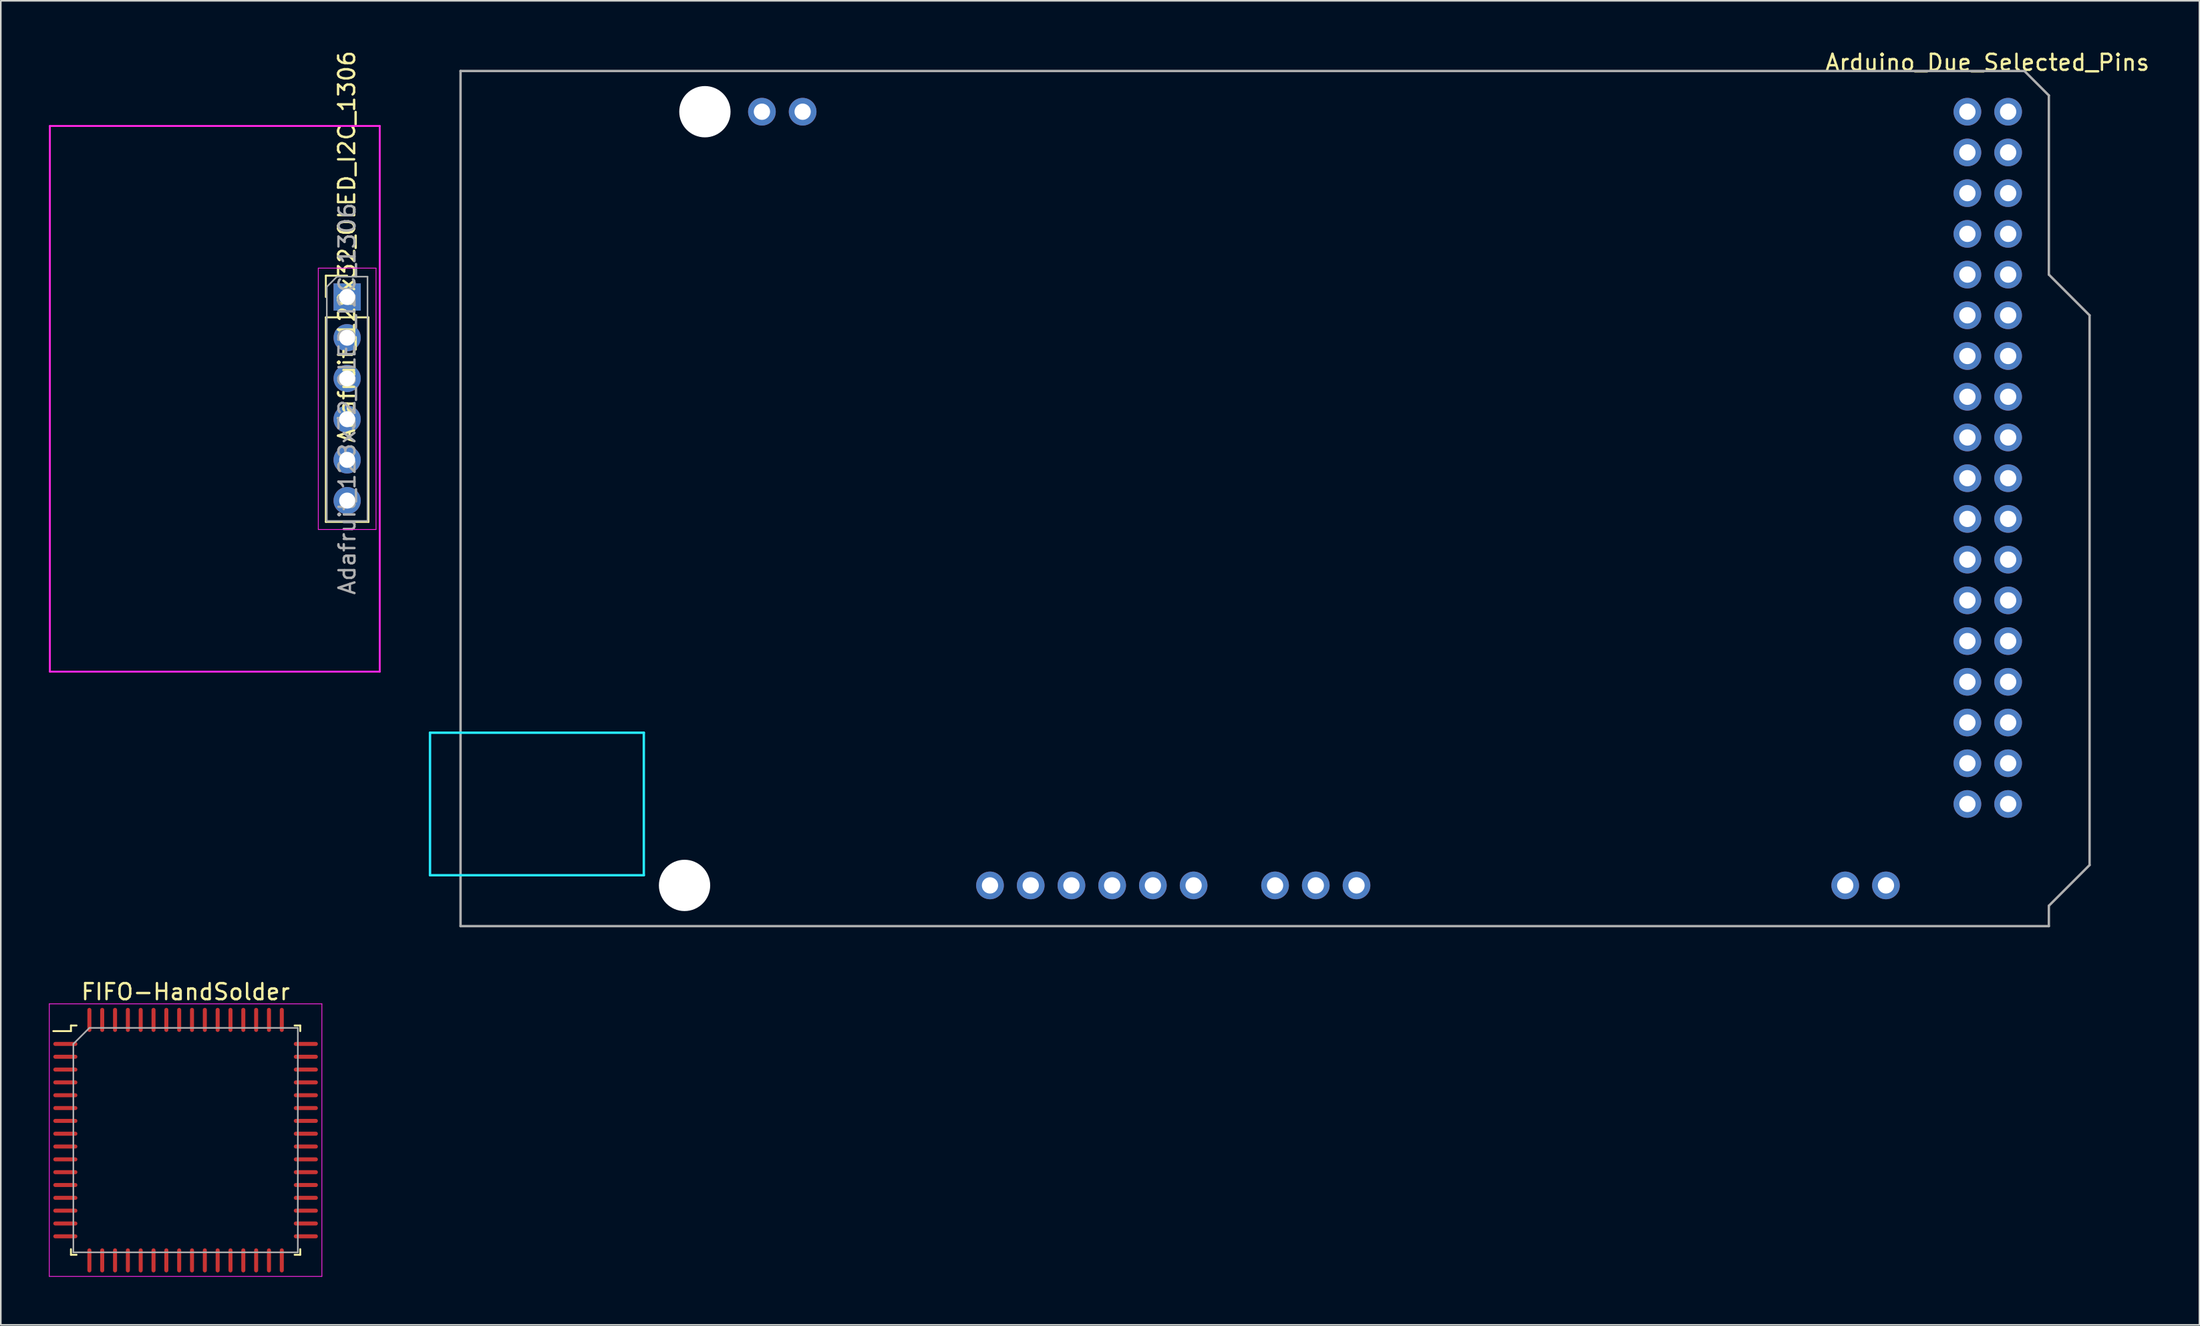
<source format=kicad_pcb>
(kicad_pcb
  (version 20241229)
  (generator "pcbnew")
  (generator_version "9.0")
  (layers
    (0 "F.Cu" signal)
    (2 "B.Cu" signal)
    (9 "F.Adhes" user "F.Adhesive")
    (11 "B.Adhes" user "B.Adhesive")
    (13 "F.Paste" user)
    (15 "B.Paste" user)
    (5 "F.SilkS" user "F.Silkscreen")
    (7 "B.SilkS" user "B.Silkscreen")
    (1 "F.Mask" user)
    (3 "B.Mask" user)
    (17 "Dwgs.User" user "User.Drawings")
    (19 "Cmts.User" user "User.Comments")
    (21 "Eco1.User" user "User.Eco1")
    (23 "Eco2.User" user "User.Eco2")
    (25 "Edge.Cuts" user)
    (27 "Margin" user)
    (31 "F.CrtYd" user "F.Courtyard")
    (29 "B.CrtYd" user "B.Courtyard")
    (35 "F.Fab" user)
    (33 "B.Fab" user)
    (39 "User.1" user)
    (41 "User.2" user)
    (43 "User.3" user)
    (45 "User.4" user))
  (footprint "Arduino_Due_Selected_Pins"
    (layer "F.Cu")
    (at 25.674 54.718)
    (property "Reference" "Arduino_Due_Selected_Pins" (at 95.23 -53.87 0) (layer "F.SilkS") (effects (font (size 1 1) (thickness 0.15))))
    (attr through_hole)
    (fp_line (start -1.905 -12.065) (end -1.905 -3.175) (stroke (width 0.15) (type solid)) (layer "B.CrtYd"))
    (fp_line (start -1.905 -12.065) (end 11.43 -12.065) (stroke (width 0.15) (type solid)) (layer "B.CrtYd"))
    (fp_line (start -1.905 -3.175) (end 11.43 -3.175) (stroke (width 0.15) (type solid)) (layer "B.CrtYd"))
    (fp_line (start 11.43 -12.065) (end 11.43 -3.175) (stroke (width 0.15) (type solid)) (layer "B.CrtYd"))
    (fp_line (start 0 -53.34) (end 0 0) (stroke (width 0.15) (type solid)) (layer "F.Fab"))
    (fp_line (start 0 -53.34) (end 97.536 -53.34) (stroke (width 0.15) (type solid)) (layer "F.Fab"))
    (fp_line (start 0 0) (end 99.06 0) (stroke (width 0.15) (type solid)) (layer "F.Fab"))
    (fp_line (start 97.536 -53.34) (end 99.06 -51.816) (stroke (width 0.15) (type solid)) (layer "F.Fab"))
    (fp_line (start 99.06 -40.64) (end 99.06 -51.816) (stroke (width 0.15) (type solid)) (layer "F.Fab"))
    (fp_line (start 99.06 -1.27) (end 101.6 -3.81) (stroke (width 0.15) (type solid)) (layer "F.Fab"))
    (fp_line (start 99.06 0) (end 99.06 -1.27) (stroke (width 0.15) (type solid)) (layer "F.Fab"))
    (fp_line (start 101.6 -38.1) (end 99.06 -40.64) (stroke (width 0.15) (type solid)) (layer "F.Fab"))
    (fp_line (start 101.6 -3.81) (end 101.6 -38.1) (stroke (width 0.15) (type solid)) (layer "F.Fab"))
    (pad "" np_thru_hole circle (at 13.97 -2.54) (size 3.2 3.2) (drill 3.2) (layers "*.Cu" "*.Mask"))
    (pad "" np_thru_hole circle (at 15.24 -50.8) (size 3.2 3.2) (drill 3.2) (layers "*.Cu" "*.Mask"))
    (pad "3V3" thru_hole oval (at 35.56 -2.54) (size 1.727 1.727) (drill 1.016) (layers "*.Cu" "*.Mask"))
    (pad "5V1" thru_hole oval (at 38.1 -2.54) (size 1.727 1.727) (drill 1.016) (layers "*.Cu" "*.Mask"))
    (pad "5V3" thru_hole oval (at 93.98 -50.8) (size 1.727 1.727) (drill 1.016) (layers "*.Cu" "*.Mask"))
    (pad "5V4" thru_hole oval (at 96.52 -50.8) (size 1.727 1.727) (drill 1.016) (layers "*.Cu" "*.Mask"))
    (pad "A0" thru_hole oval (at 50.8 -2.54) (size 1.727 1.727) (drill 1.016) (layers "*.Cu" "*.Mask"))
    (pad "A1" thru_hole oval (at 53.34 -2.54) (size 1.727 1.727) (drill 1.016) (layers "*.Cu" "*.Mask"))
    (pad "A2" thru_hole oval (at 55.88 -2.54) (size 1.727 1.727) (drill 1.016) (layers "*.Cu" "*.Mask"))
    (pad "CANRX" thru_hole oval (at 88.9 -2.54) (size 1.727 1.727) (drill 1.016) (layers "*.Cu" "*.Mask"))
    (pad "D22" thru_hole oval (at 93.98 -48.26) (size 1.727 1.727) (drill 1.016) (layers "*.Cu" "*.Mask"))
    (pad "D23" thru_hole oval (at 96.52 -48.26) (size 1.727 1.727) (drill 1.016) (layers "*.Cu" "*.Mask"))
    (pad "D24" thru_hole oval (at 93.98 -45.72) (size 1.727 1.727) (drill 1.016) (layers "*.Cu" "*.Mask"))
    (pad "D25" thru_hole oval (at 96.52 -45.72) (size 1.727 1.727) (drill 1.016) (layers "*.Cu" "*.Mask"))
    (pad "D26" thru_hole oval (at 93.98 -43.18) (size 1.727 1.727) (drill 1.016) (layers "*.Cu" "*.Mask"))
    (pad "D27" thru_hole oval (at 96.52 -43.18) (size 1.727 1.727) (drill 1.016) (layers "*.Cu" "*.Mask"))
    (pad "D28" thru_hole oval (at 93.98 -40.64) (size 1.727 1.727) (drill 1.016) (layers "*.Cu" "*.Mask"))
    (pad "D29" thru_hole oval (at 96.52 -40.64) (size 1.727 1.727) (drill 1.016) (layers "*.Cu" "*.Mask"))
    (pad "D30" thru_hole oval (at 93.98 -38.1) (size 1.727 1.727) (drill 1.016) (layers "*.Cu" "*.Mask"))
    (pad "D31" thru_hole oval (at 96.52 -38.1) (size 1.727 1.727) (drill 1.016) (layers "*.Cu" "*.Mask"))
    (pad "D32" thru_hole oval (at 93.98 -35.56) (size 1.727 1.727) (drill 1.016) (layers "*.Cu" "*.Mask"))
    (pad "D33" thru_hole oval (at 96.52 -35.56) (size 1.727 1.727) (drill 1.016) (layers "*.Cu" "*.Mask"))
    (pad "D34" thru_hole oval (at 93.98 -33.02) (size 1.727 1.727) (drill 1.016) (layers "*.Cu" "*.Mask"))
    (pad "D35" thru_hole oval (at 96.52 -33.02) (size 1.727 1.727) (drill 1.016) (layers "*.Cu" "*.Mask"))
    (pad "D36" thru_hole oval (at 93.98 -30.48) (size 1.727 1.727) (drill 1.016) (layers "*.Cu" "*.Mask"))
    (pad "D37" thru_hole oval (at 96.52 -30.48) (size 1.727 1.727) (drill 1.016) (layers "*.Cu" "*.Mask"))
    (pad "D38" thru_hole oval (at 93.98 -27.94) (size 1.727 1.727) (drill 1.016) (layers "*.Cu" "*.Mask"))
    (pad "D39" thru_hole oval (at 96.52 -27.94) (size 1.727 1.727) (drill 1.016) (layers "*.Cu" "*.Mask"))
    (pad "D40" thru_hole oval (at 93.98 -25.4) (size 1.727 1.727) (drill 1.016) (layers "*.Cu" "*.Mask"))
    (pad "D41" thru_hole oval (at 96.52 -25.4) (size 1.727 1.727) (drill 1.016) (layers "*.Cu" "*.Mask"))
    (pad "D42" thru_hole oval (at 93.98 -22.86) (size 1.727 1.727) (drill 1.016) (layers "*.Cu" "*.Mask"))
    (pad "D43" thru_hole oval (at 96.52 -22.86) (size 1.727 1.727) (drill 1.016) (layers "*.Cu" "*.Mask"))
    (pad "D44" thru_hole oval (at 93.98 -20.32) (size 1.727 1.727) (drill 1.016) (layers "*.Cu" "*.Mask"))
    (pad "D45" thru_hole oval (at 96.52 -20.32) (size 1.727 1.727) (drill 1.016) (layers "*.Cu" "*.Mask"))
    (pad "D46" thru_hole oval (at 93.98 -17.78) (size 1.727 1.727) (drill 1.016) (layers "*.Cu" "*.Mask"))
    (pad "D47" thru_hole oval (at 96.52 -17.78) (size 1.727 1.727) (drill 1.016) (layers "*.Cu" "*.Mask"))
    (pad "D48" thru_hole oval (at 93.98 -15.24) (size 1.727 1.727) (drill 1.016) (layers "*.Cu" "*.Mask"))
    (pad "D49" thru_hole oval (at 96.52 -15.24) (size 1.727 1.727) (drill 1.016) (layers "*.Cu" "*.Mask"))
    (pad "D50" thru_hole oval (at 93.98 -12.7) (size 1.727 1.727) (drill 1.016) (layers "*.Cu" "*.Mask"))
    (pad "D51" thru_hole oval (at 96.52 -12.7) (size 1.727 1.727) (drill 1.016) (layers "*.Cu" "*.Mask"))
    (pad "D52" thru_hole oval (at 93.98 -10.16) (size 1.727 1.727) (drill 1.016) (layers "*.Cu" "*.Mask"))
    (pad "D53" thru_hole oval (at 96.52 -10.16) (size 1.727 1.727) (drill 1.016) (layers "*.Cu" "*.Mask"))
    (pad "DAC1" thru_hole oval (at 86.36 -2.54) (size 1.727 1.727) (drill 1.016) (layers "*.Cu" "*.Mask"))
    (pad "GND2" thru_hole oval (at 40.64 -2.54) (size 1.727 1.727) (drill 1.016) (layers "*.Cu" "*.Mask"))
    (pad "GND3" thru_hole oval (at 43.18 -2.54) (size 1.727 1.727) (drill 1.016) (layers "*.Cu" "*.Mask"))
    (pad "GND5" thru_hole oval (at 93.98 -7.62) (size 1.727 1.727) (drill 1.016) (layers "*.Cu" "*.Mask"))
    (pad "GND6" thru_hole oval (at 96.52 -7.62) (size 1.727 1.727) (drill 1.016) (layers "*.Cu" "*.Mask"))
    (pad "RST1" thru_hole oval (at 33.02 -2.54) (size 1.727 1.727) (drill 1.016) (layers "*.Cu" "*.Mask"))
    (pad "SCL1" thru_hole oval (at 18.796 -50.8) (size 1.727 1.727) (drill 1.016) (layers "*.Cu" "*.Mask"))
    (pad "SDA1" thru_hole oval (at 21.336 -50.8) (size 1.727 1.727) (drill 1.016) (layers "*.Cu" "*.Mask"))
    (pad "VIN" thru_hole oval (at 45.72 -2.54) (size 1.727 1.727) (drill 1.016) (layers "*.Cu" "*.Mask")))
  (footprint "Adafruit_128x32_OLED_I2C_1306"
    (layer "F.Cu")
    (at 18.602 15.475)
    (property "Reference" "Adafruit_128x32_OLED_I2C_1306" (at -0.022 -3.136 270) (layer "F.SilkS") (effects (font (size 1 1) (thickness 0.15))))
    (attr through_hole)
    (fp_line (start -1.33 -1.33) (end 0 -1.33) (stroke (width 0.12) (type solid)) (layer "F.SilkS"))
    (fp_line (start -1.33 0) (end -1.33 -1.33) (stroke (width 0.12) (type solid)) (layer "F.SilkS"))
    (fp_line (start -1.33 1.27) (end -1.33 14.03) (stroke (width 0.12) (type solid)) (layer "F.SilkS"))
    (fp_line (start -1.33 1.27) (end 1.33 1.27) (stroke (width 0.12) (type solid)) (layer "F.SilkS"))
    (fp_line (start -1.33 14.03) (end 1.33 14.03) (stroke (width 0.12) (type solid)) (layer "F.SilkS"))
    (fp_line (start 1.33 1.27) (end 1.33 14.03) (stroke (width 0.12) (type solid)) (layer "F.SilkS"))
    (fp_line (start -18.542 -10.668) (end -18.542 23.368) (stroke (width 0.12) (type solid)) (layer "F.CrtYd"))
    (fp_line (start -18.542 23.368) (end 2.032 23.368) (stroke (width 0.12) (type solid)) (layer "F.CrtYd"))
    (fp_line (start -1.8 -1.8) (end -1.8 14.5) (stroke (width 0.05) (type solid)) (layer "F.CrtYd"))
    (fp_line (start -1.8 14.5) (end 1.8 14.5) (stroke (width 0.05) (type solid)) (layer "F.CrtYd"))
    (fp_line (start 1.8 -1.8) (end -1.8 -1.8) (stroke (width 0.05) (type solid)) (layer "F.CrtYd"))
    (fp_line (start 1.8 14.5) (end 1.8 -1.8) (stroke (width 0.05) (type solid)) (layer "F.CrtYd"))
    (fp_line (start 2.032 -10.668) (end -18.542 -10.668) (stroke (width 0.12) (type solid)) (layer "F.CrtYd"))
    (fp_line (start 2.032 23.368) (end 2.032 -10.668) (stroke (width 0.12) (type solid)) (layer "F.CrtYd"))
    (fp_line (start -1.27 -0.635) (end -0.635 -1.27) (stroke (width 0.1) (type solid)) (layer "F.Fab"))
    (fp_line (start -1.27 13.97) (end -1.27 -0.635) (stroke (width 0.1) (type solid)) (layer "F.Fab"))
    (fp_line (start -0.635 -1.27) (end 1.27 -1.27) (stroke (width 0.1) (type solid)) (layer "F.Fab"))
    (fp_line (start 1.27 -1.27) (end 1.27 13.97) (stroke (width 0.1) (type solid)) (layer "F.Fab"))
    (fp_line (start 1.27 13.97) (end -1.27 13.97) (stroke (width 0.1) (type solid)) (layer "F.Fab"))
    (fp_text user "${REFERENCE}" (at 0 6.35 90) (layer "F.Fab") (effects (font (size 1 1) (thickness 0.15))))
    (pad "1" thru_hole rect (at 0 0) (size 1.7 1.7) (drill 1) (layers "*.Cu" "*.Mask"))
    (pad "2" thru_hole oval (at 0 2.54) (size 1.7 1.7) (drill 1) (layers "*.Cu" "*.Mask"))
    (pad "3" thru_hole oval (at 0 5.08) (size 1.7 1.7) (drill 1) (layers "*.Cu" "*.Mask"))
    (pad "4" thru_hole oval (at 0 7.62) (size 1.7 1.7) (drill 1) (layers "*.Cu" "*.Mask"))
    (pad "5" thru_hole oval (at 0 10.16) (size 1.7 1.7) (drill 1) (layers "*.Cu" "*.Mask"))
    (pad "6" thru_hole oval (at 0 12.7) (size 1.7 1.7) (drill 1) (layers "*.Cu" "*.Mask")))
  (footprint "FIFO-HandSolder"
    (layer "F.Cu")
    (at 8.525 68.066)
    (property "Reference" "FIFO-HandSolder" (at 0 -9.25 0) (layer "F.SilkS") (effects (font (size 1 1) (thickness 0.15))))
    (attr smd)
    (fp_line (start -7.15 -7.15) (end -7.15 -6.8) (stroke (width 0.12) (type solid)) (layer "F.SilkS"))
    (fp_line (start -7.15 -6.8) (end -8.25 -6.8) (stroke (width 0.12) (type solid)) (layer "F.SilkS"))
    (fp_line (start -7.15 7.15) (end -7.15 6.8) (stroke (width 0.12) (type solid)) (layer "F.SilkS"))
    (fp_line (start -6.8 -7.15) (end -7.15 -7.15) (stroke (width 0.12) (type solid)) (layer "F.SilkS"))
    (fp_line (start -6.8 7.15) (end -7.15 7.15) (stroke (width 0.12) (type solid)) (layer "F.SilkS"))
    (fp_line (start 6.8 -7.15) (end 7.15 -7.15) (stroke (width 0.12) (type solid)) (layer "F.SilkS"))
    (fp_line (start 6.8 7.15) (end 7.15 7.15) (stroke (width 0.12) (type solid)) (layer "F.SilkS"))
    (fp_line (start 7.15 -7.15) (end 7.15 -6.8) (stroke (width 0.12) (type solid)) (layer "F.SilkS"))
    (fp_line (start 7.15 7.15) (end 7.15 6.8) (stroke (width 0.12) (type solid)) (layer "F.SilkS"))
    (fp_line (start -8.5 -8.5) (end 8.5 -8.5) (stroke (width 0.05) (type solid)) (layer "F.CrtYd"))
    (fp_line (start -8.5 8.5) (end -8.5 -8.5) (stroke (width 0.05) (type solid)) (layer "F.CrtYd"))
    (fp_line (start 8.5 -8.5) (end 8.5 8.5) (stroke (width 0.05) (type solid)) (layer "F.CrtYd"))
    (fp_line (start 8.5 8.5) (end -8.5 8.5) (stroke (width 0.05) (type solid)) (layer "F.CrtYd"))
    (fp_line (start -7 -6) (end -7 7) (stroke (width 0.1) (type solid)) (layer "F.Fab"))
    (fp_line (start -7 7) (end 7 7) (stroke (width 0.1) (type solid)) (layer "F.Fab"))
    (fp_line (start -6 -7) (end -7 -6) (stroke (width 0.1) (type solid)) (layer "F.Fab"))
    (fp_line (start 7 -7) (end -6 -7) (stroke (width 0.1) (type solid)) (layer "F.Fab"))
    (fp_line (start 7 7) (end 7 -7) (stroke (width 0.1) (type solid)) (layer "F.Fab"))
    (pad "1" smd oval (at -7.5 -6 90) (size 0.25 1.5) (layers "F.Cu" "F.Mask" "F.Paste"))
    (pad "2" smd oval (at -7.5 -5.2 90) (size 0.25 1.5) (layers "F.Cu" "F.Mask" "F.Paste"))
    (pad "3" smd oval (at -7.5 -4.4 90) (size 0.25 1.5) (layers "F.Cu" "F.Mask" "F.Paste"))
    (pad "4" smd oval (at -7.5 -3.6 90) (size 0.25 1.5) (layers "F.Cu" "F.Mask" "F.Paste"))
    (pad "5" smd oval (at -7.5 -2.8 90) (size 0.25 1.5) (layers "F.Cu" "F.Mask" "F.Paste"))
    (pad "6" smd oval (at -7.5 -2 90) (size 0.25 1.5) (layers "F.Cu" "F.Mask" "F.Paste"))
    (pad "7" smd oval (at -7.5 -1.2 90) (size 0.25 1.5) (layers "F.Cu" "F.Mask" "F.Paste"))
    (pad "8" smd oval (at -7.5 -0.4 90) (size 0.25 1.5) (layers "F.Cu" "F.Mask" "F.Paste"))
    (pad "9" smd oval (at -7.5 0.4 90) (size 0.25 1.5) (layers "F.Cu" "F.Mask" "F.Paste"))
    (pad "10" smd oval (at -7.5 1.2 90) (size 0.25 1.5) (layers "F.Cu" "F.Mask" "F.Paste"))
    (pad "11" smd oval (at -7.5 2 90) (size 0.25 1.5) (layers "F.Cu" "F.Mask" "F.Paste"))
    (pad "12" smd oval (at -7.5 2.8 90) (size 0.25 1.5) (layers "F.Cu" "F.Mask" "F.Paste"))
    (pad "13" smd oval (at -7.5 3.6 90) (size 0.25 1.5) (layers "F.Cu" "F.Mask" "F.Paste"))
    (pad "14" smd oval (at -7.5 4.4 90) (size 0.25 1.5) (layers "F.Cu" "F.Mask" "F.Paste"))
    (pad "15" smd oval (at -7.5 5.2 90) (size 0.25 1.5) (layers "F.Cu" "F.Mask" "F.Paste"))
    (pad "16" smd oval (at -7.5 6 90) (size 0.25 1.5) (layers "F.Cu" "F.Mask" "F.Paste"))
    (pad "17" smd oval (at -6 7.5) (size 0.25 1.5) (layers "F.Cu" "F.Mask" "F.Paste"))
    (pad "18" smd oval (at -5.2 7.5) (size 0.25 1.5) (layers "F.Cu" "F.Mask" "F.Paste"))
    (pad "19" smd oval (at -4.4 7.5) (size 0.25 1.5) (layers "F.Cu" "F.Mask" "F.Paste"))
    (pad "20" smd oval (at -3.6 7.5) (size 0.25 1.5) (layers "F.Cu" "F.Mask" "F.Paste"))
    (pad "21" smd oval (at -2.8 7.5) (size 0.25 1.5) (layers "F.Cu" "F.Mask" "F.Paste"))
    (pad "22" smd oval (at -2 7.5) (size 0.25 1.5) (layers "F.Cu" "F.Mask" "F.Paste"))
    (pad "23" smd oval (at -1.2 7.5) (size 0.25 1.5) (layers "F.Cu" "F.Mask" "F.Paste"))
    (pad "24" smd oval (at -0.4 7.5) (size 0.25 1.5) (layers "F.Cu" "F.Mask" "F.Paste"))
    (pad "25" smd oval (at 0.4 7.5) (size 0.25 1.5) (layers "F.Cu" "F.Mask" "F.Paste"))
    (pad "26" smd oval (at 1.2 7.5) (size 0.25 1.5) (layers "F.Cu" "F.Mask" "F.Paste"))
    (pad "27" smd oval (at 2 7.5) (size 0.25 1.5) (layers "F.Cu" "F.Mask" "F.Paste"))
    (pad "28" smd oval (at 2.8 7.5) (size 0.25 1.5) (layers "F.Cu" "F.Mask" "F.Paste"))
    (pad "29" smd oval (at 3.6 7.5) (size 0.25 1.5) (layers "F.Cu" "F.Mask" "F.Paste"))
    (pad "30" smd oval (at 4.4 7.5) (size 0.25 1.5) (layers "F.Cu" "F.Mask" "F.Paste"))
    (pad "31" smd oval (at 5.2 7.5) (size 0.25 1.5) (layers "F.Cu" "F.Mask" "F.Paste"))
    (pad "32" smd oval (at 6 7.5) (size 0.25 1.5) (layers "F.Cu" "F.Mask" "F.Paste"))
    (pad "33" smd oval (at 7.5 6 90) (size 0.25 1.5) (layers "F.Cu" "F.Mask" "F.Paste"))
    (pad "34" smd oval (at 7.5 5.2 90) (size 0.25 1.5) (layers "F.Cu" "F.Mask" "F.Paste"))
    (pad "35" smd oval (at 7.5 4.4 90) (size 0.25 1.5) (layers "F.Cu" "F.Mask" "F.Paste"))
    (pad "36" smd oval (at 7.5 3.6 90) (size 0.25 1.5) (layers "F.Cu" "F.Mask" "F.Paste"))
    (pad "37" smd oval (at 7.5 2.8 90) (size 0.25 1.5) (layers "F.Cu" "F.Mask" "F.Paste"))
    (pad "38" smd oval (at 7.5 2 90) (size 0.25 1.5) (layers "F.Cu" "F.Mask" "F.Paste"))
    (pad "39" smd oval (at 7.5 1.2 90) (size 0.25 1.5) (layers "F.Cu" "F.Mask" "F.Paste"))
    (pad "40" smd oval (at 7.5 0.4 90) (size 0.25 1.5) (layers "F.Cu" "F.Mask" "F.Paste"))
    (pad "41" smd oval (at 7.5 -0.4 90) (size 0.25 1.5) (layers "F.Cu" "F.Mask" "F.Paste"))
    (pad "42" smd oval (at 7.5 -1.2 90) (size 0.25 1.5) (layers "F.Cu" "F.Mask" "F.Paste"))
    (pad "43" smd oval (at 7.5 -2 90) (size 0.25 1.5) (layers "F.Cu" "F.Mask" "F.Paste"))
    (pad "44" smd oval (at 7.5 -2.8 90) (size 0.25 1.5) (layers "F.Cu" "F.Mask" "F.Paste"))
    (pad "45" smd oval (at 7.5 -3.6 90) (size 0.25 1.5) (layers "F.Cu" "F.Mask" "F.Paste"))
    (pad "46" smd oval (at 7.5 -4.4 90) (size 0.25 1.5) (layers "F.Cu" "F.Mask" "F.Paste"))
    (pad "47" smd oval (at 7.5 -5.2 90) (size 0.25 1.5) (layers "F.Cu" "F.Mask" "F.Paste"))
    (pad "48" smd oval (at 7.5 -6 90) (size 0.25 1.5) (layers "F.Cu" "F.Mask" "F.Paste"))
    (pad "49" smd oval (at 6 -7.5) (size 0.25 1.5) (layers "F.Cu" "F.Mask" "F.Paste"))
    (pad "50" smd oval (at 5.2 -7.5) (size 0.25 1.5) (layers "F.Cu" "F.Mask" "F.Paste"))
    (pad "51" smd oval (at 4.4 -7.5) (size 0.25 1.5) (layers "F.Cu" "F.Mask" "F.Paste"))
    (pad "52" smd oval (at 3.6 -7.5) (size 0.25 1.5) (layers "F.Cu" "F.Mask" "F.Paste"))
    (pad "53" smd oval (at 2.8 -7.5) (size 0.25 1.5) (layers "F.Cu" "F.Mask" "F.Paste"))
    (pad "54" smd oval (at 2 -7.5) (size 0.25 1.5) (layers "F.Cu" "F.Mask" "F.Paste"))
    (pad "55" smd oval (at 1.2 -7.5) (size 0.25 1.5) (layers "F.Cu" "F.Mask" "F.Paste"))
    (pad "56" smd oval (at 0.4 -7.5) (size 0.25 1.5) (layers "F.Cu" "F.Mask" "F.Paste"))
    (pad "57" smd oval (at -0.4 -7.5) (size 0.25 1.5) (layers "F.Cu" "F.Mask" "F.Paste"))
    (pad "58" smd oval (at -1.2 -7.5) (size 0.25 1.5) (layers "F.Cu" "F.Mask" "F.Paste"))
    (pad "59" smd oval (at -2 -7.5) (size 0.25 1.5) (layers "F.Cu" "F.Mask" "F.Paste"))
    (pad "60" smd oval (at -2.8 -7.5) (size 0.25 1.5) (layers "F.Cu" "F.Mask" "F.Paste"))
    (pad "61" smd oval (at -3.6 -7.5) (size 0.25 1.5) (layers "F.Cu" "F.Mask" "F.Paste"))
    (pad "62" smd oval (at -4.4 -7.5) (size 0.25 1.5) (layers "F.Cu" "F.Mask" "F.Paste"))
    (pad "63" smd oval (at -5.2 -7.5) (size 0.25 1.5) (layers "F.Cu" "F.Mask" "F.Paste"))
    (pad "64" smd oval (at -6 -7.5) (size 0.25 1.5) (layers "F.Cu" "F.Mask" "F.Paste")))
  (gr_rect
    (start -3 -3)
    (end 134.124 79.591)
    (stroke (width 0.1) (type default))
    (fill no)
    (layer "Edge.Cuts")))
</source>
